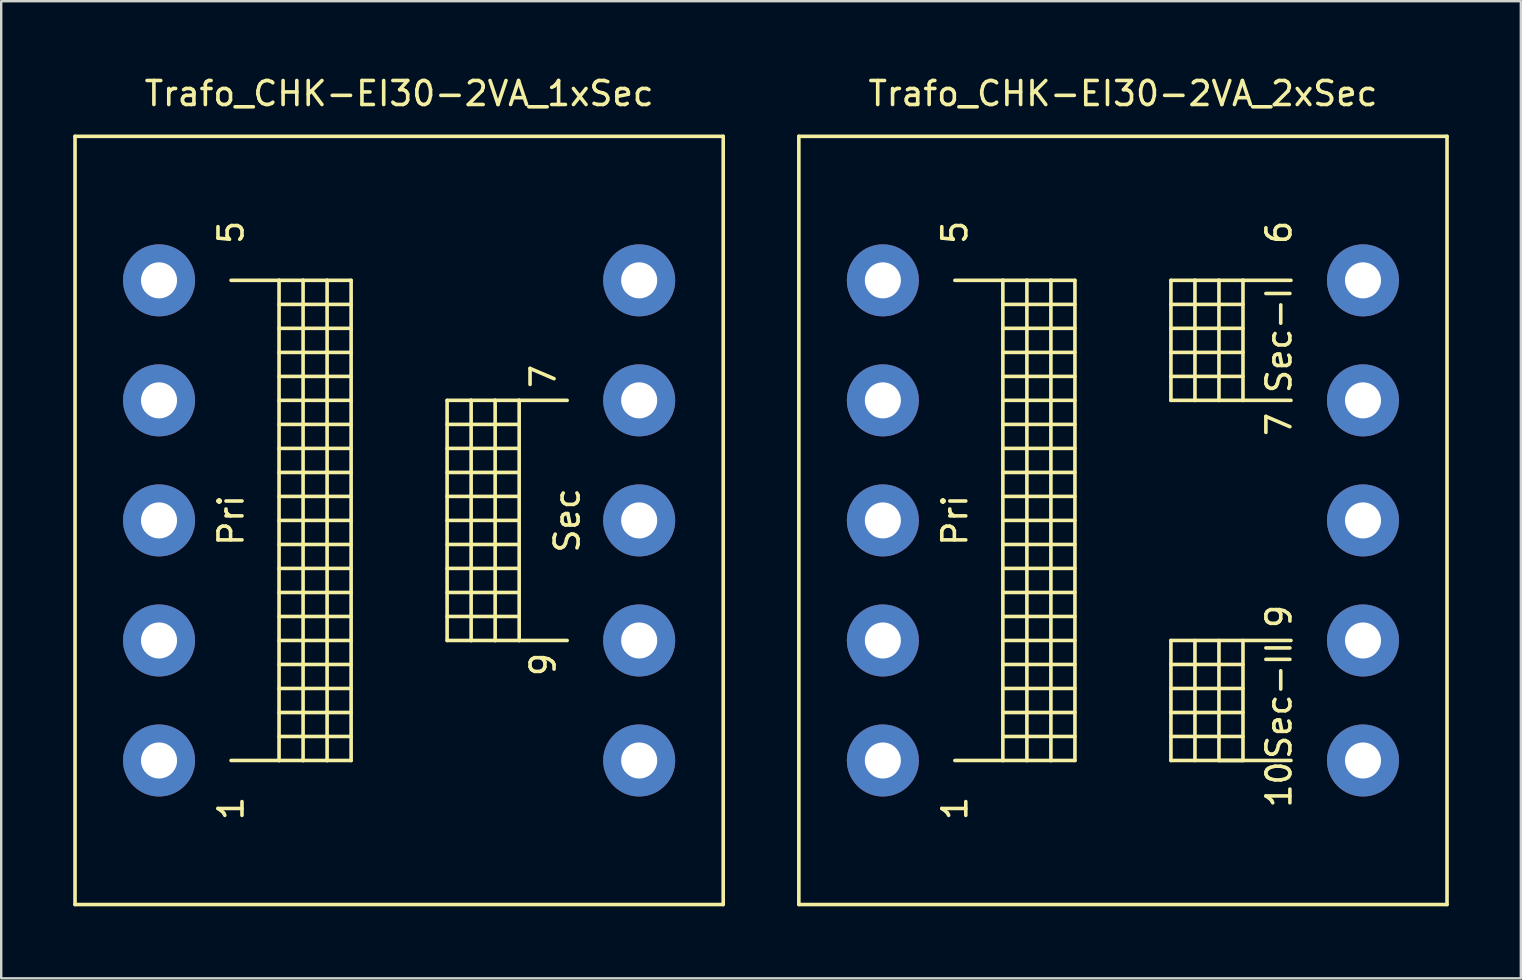
<source format=kicad_pcb>
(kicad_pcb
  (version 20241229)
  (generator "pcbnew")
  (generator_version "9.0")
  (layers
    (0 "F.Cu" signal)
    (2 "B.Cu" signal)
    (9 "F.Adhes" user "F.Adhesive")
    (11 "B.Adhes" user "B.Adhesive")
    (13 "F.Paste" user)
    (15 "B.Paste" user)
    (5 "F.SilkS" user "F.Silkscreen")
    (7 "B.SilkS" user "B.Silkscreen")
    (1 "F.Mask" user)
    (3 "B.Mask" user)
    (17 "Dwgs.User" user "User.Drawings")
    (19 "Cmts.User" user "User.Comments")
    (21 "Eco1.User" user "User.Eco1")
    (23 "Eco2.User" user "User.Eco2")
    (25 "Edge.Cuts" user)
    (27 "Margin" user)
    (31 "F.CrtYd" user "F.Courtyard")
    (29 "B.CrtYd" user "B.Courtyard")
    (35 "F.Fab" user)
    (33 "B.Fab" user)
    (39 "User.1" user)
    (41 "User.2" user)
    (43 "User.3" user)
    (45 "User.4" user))
  (footprint "Trafo_CHK-EI30-2VA_2xSec"
    (layer "F.Cu")
    (at 43.725 18.628)
    (property "Reference" "Trafo_CHK-EI30-2VA_2xSec" (at 0 -17.78 0) (layer "F.SilkS") (effects (font (size 1 1) (thickness 0.15))))
    (attr through_hole)
    (fp_line (start -13.5 -15.999) (end -13.5 15.999) (stroke (width 0.15) (type solid)) (layer "F.SilkS"))
    (fp_line (start -13.5 15.999) (end 13.5 15.999) (stroke (width 0.15) (type solid)) (layer "F.SilkS"))
    (fp_line (start -7 -10) (end -5.001 -10) (stroke (width 0.15) (type solid)) (layer "F.SilkS"))
    (fp_line (start -5.001 -10) (end -5.001 10) (stroke (width 0.15) (type solid)) (layer "F.SilkS"))
    (fp_line (start -5.001 -10) (end -4 -10) (stroke (width 0.15) (type solid)) (layer "F.SilkS"))
    (fp_line (start -5.001 -8.999) (end -1.999 -8.999) (stroke (width 0.15) (type solid)) (layer "F.SilkS"))
    (fp_line (start -5.001 -7) (end -1.999 -7) (stroke (width 0.15) (type solid)) (layer "F.SilkS"))
    (fp_line (start -5.001 -5.001) (end -1.999 -5.001) (stroke (width 0.15) (type solid)) (layer "F.SilkS"))
    (fp_line (start -5.001 -3) (end -1.999 -3) (stroke (width 0.15) (type solid)) (layer "F.SilkS"))
    (fp_line (start -5.001 -1.001) (end -1.999 -1.001) (stroke (width 0.15) (type solid)) (layer "F.SilkS"))
    (fp_line (start -5.001 1.001) (end -1.999 1.001) (stroke (width 0.15) (type solid)) (layer "F.SilkS"))
    (fp_line (start -5.001 3) (end -1.999 3) (stroke (width 0.15) (type solid)) (layer "F.SilkS"))
    (fp_line (start -5.001 5.001) (end -1.999 5.001) (stroke (width 0.15) (type solid)) (layer "F.SilkS"))
    (fp_line (start -5.001 7) (end -1.999 7) (stroke (width 0.15) (type solid)) (layer "F.SilkS"))
    (fp_line (start -5.001 8.999) (end -1.999 8.999) (stroke (width 0.15) (type solid)) (layer "F.SilkS"))
    (fp_line (start -5.001 10) (end -7 10) (stroke (width 0.15) (type solid)) (layer "F.SilkS"))
    (fp_line (start -4 -10) (end -4 10) (stroke (width 0.15) (type solid)) (layer "F.SilkS"))
    (fp_line (start -4 -10) (end -3 -10) (stroke (width 0.15) (type solid)) (layer "F.SilkS"))
    (fp_line (start -4 10) (end -5.001 10) (stroke (width 0.15) (type solid)) (layer "F.SilkS"))
    (fp_line (start -3 -10) (end -3 10) (stroke (width 0.15) (type solid)) (layer "F.SilkS"))
    (fp_line (start -3 -10) (end -1.999 -10) (stroke (width 0.15) (type solid)) (layer "F.SilkS"))
    (fp_line (start -3 10) (end -4 10) (stroke (width 0.15) (type solid)) (layer "F.SilkS"))
    (fp_line (start -1.999 -10) (end -1.999 10) (stroke (width 0.15) (type solid)) (layer "F.SilkS"))
    (fp_line (start -1.999 -8.001) (end -5.001 -8.001) (stroke (width 0.15) (type solid)) (layer "F.SilkS"))
    (fp_line (start -1.999 -5.999) (end -5.001 -5.999) (stroke (width 0.15) (type solid)) (layer "F.SilkS"))
    (fp_line (start -1.999 -4) (end -5.001 -4) (stroke (width 0.15) (type solid)) (layer "F.SilkS"))
    (fp_line (start -1.999 -1.999) (end -5.001 -1.999) (stroke (width 0.15) (type solid)) (layer "F.SilkS"))
    (fp_line (start -1.999 0) (end -5.001 0) (stroke (width 0.15) (type solid)) (layer "F.SilkS"))
    (fp_line (start -1.999 1.999) (end -5.001 1.999) (stroke (width 0.15) (type solid)) (layer "F.SilkS"))
    (fp_line (start -1.999 4) (end -5.001 4) (stroke (width 0.15) (type solid)) (layer "F.SilkS"))
    (fp_line (start -1.999 5.999) (end -5.001 5.999) (stroke (width 0.15) (type solid)) (layer "F.SilkS"))
    (fp_line (start -1.999 8.001) (end -5.001 8.001) (stroke (width 0.15) (type solid)) (layer "F.SilkS"))
    (fp_line (start -1.999 10) (end -3 10) (stroke (width 0.15) (type solid)) (layer "F.SilkS"))
    (fp_line (start 1.999 -10) (end 1.999 -5.001) (stroke (width 0.15) (type solid)) (layer "F.SilkS"))
    (fp_line (start 1.999 -8.999) (end 5.001 -8.999) (stroke (width 0.15) (type solid)) (layer "F.SilkS"))
    (fp_line (start 1.999 -7) (end 5.001 -7) (stroke (width 0.15) (type solid)) (layer "F.SilkS"))
    (fp_line (start 1.999 -5.001) (end 3 -5.001) (stroke (width 0.15) (type solid)) (layer "F.SilkS"))
    (fp_line (start 1.999 5.001) (end 1.999 10) (stroke (width 0.15) (type solid)) (layer "F.SilkS"))
    (fp_line (start 1.999 5.999) (end 5.001 5.999) (stroke (width 0.15) (type solid)) (layer "F.SilkS"))
    (fp_line (start 1.999 8.001) (end 5.001 8.001) (stroke (width 0.15) (type solid)) (layer "F.SilkS"))
    (fp_line (start 1.999 10) (end 7 10) (stroke (width 0.15) (type solid)) (layer "F.SilkS"))
    (fp_line (start 3 -10) (end 1.999 -10) (stroke (width 0.15) (type solid)) (layer "F.SilkS"))
    (fp_line (start 3 -10) (end 3 -5.001) (stroke (width 0.15) (type solid)) (layer "F.SilkS"))
    (fp_line (start 3 -5.001) (end 4 -5.001) (stroke (width 0.15) (type solid)) (layer "F.SilkS"))
    (fp_line (start 3 5.001) (end 3 10) (stroke (width 0.15) (type solid)) (layer "F.SilkS"))
    (fp_line (start 4 -10) (end 3 -10) (stroke (width 0.15) (type solid)) (layer "F.SilkS"))
    (fp_line (start 4 -10) (end 4 -5.001) (stroke (width 0.15) (type solid)) (layer "F.SilkS"))
    (fp_line (start 4 -5.001) (end 5.001 -5.001) (stroke (width 0.15) (type solid)) (layer "F.SilkS"))
    (fp_line (start 4 10) (end 4 5.001) (stroke (width 0.15) (type solid)) (layer "F.SilkS"))
    (fp_line (start 5.001 -10) (end 4 -10) (stroke (width 0.15) (type solid)) (layer "F.SilkS"))
    (fp_line (start 5.001 -10) (end 5.001 -5.001) (stroke (width 0.15) (type solid)) (layer "F.SilkS"))
    (fp_line (start 5.001 -8.001) (end 1.999 -8.001) (stroke (width 0.15) (type solid)) (layer "F.SilkS"))
    (fp_line (start 5.001 -5.999) (end 1.999 -5.999) (stroke (width 0.15) (type solid)) (layer "F.SilkS"))
    (fp_line (start 5.001 -5.001) (end 7 -5.001) (stroke (width 0.15) (type solid)) (layer "F.SilkS"))
    (fp_line (start 5.001 5.001) (end 5.001 10) (stroke (width 0.15) (type solid)) (layer "F.SilkS"))
    (fp_line (start 5.001 7) (end 1.999 7) (stroke (width 0.15) (type solid)) (layer "F.SilkS"))
    (fp_line (start 5.001 8.999) (end 1.999 8.999) (stroke (width 0.15) (type solid)) (layer "F.SilkS"))
    (fp_line (start 5.001 10) (end 4 10) (stroke (width 0.15) (type solid)) (layer "F.SilkS"))
    (fp_line (start 7 -10) (end 5.001 -10) (stroke (width 0.15) (type solid)) (layer "F.SilkS"))
    (fp_line (start 7 5.001) (end 1.999 5.001) (stroke (width 0.15) (type solid)) (layer "F.SilkS"))
    (fp_line (start 13.5 -15.999) (end -13.5 -15.999) (stroke (width 0.15) (type solid)) (layer "F.SilkS"))
    (fp_line (start 13.5 15.999) (end 13.5 -15.999) (stroke (width 0.15) (type solid)) (layer "F.SilkS"))
    (fp_text user "7" (at 6.5 -4 90) (layer "F.SilkS") (effects (font (size 1 1) (thickness 0.15))))
    (fp_text user "5" (at -7 -11.999 90) (layer "F.SilkS") (effects (font (size 1 1) (thickness 0.15))))
    (fp_text user "Pri" (at -7 0 90) (layer "F.SilkS") (effects (font (size 1 1) (thickness 0.15))))
    (fp_text user "10" (at 6.5 11.001 90) (layer "F.SilkS") (effects (font (size 1 1) (thickness 0.15))))
    (fp_text user "Sec-I" (at 6.5 -7.501 90) (layer "F.SilkS") (effects (font (size 1 1) (thickness 0.15))))
    (fp_text user "6" (at 6.5 -11.999 90) (layer "F.SilkS") (effects (font (size 1 1) (thickness 0.15))))
    (fp_text user "9" (at 6.5 4 90) (layer "F.SilkS") (effects (font (size 1 1) (thickness 0.15))))
    (fp_text user "1" (at -7 11.999 90) (layer "F.SilkS") (effects (font (size 1 1) (thickness 0.15))))
    (fp_text user "Sec-II" (at 6.5 7.501 90) (layer "F.SilkS") (effects (font (size 1 1) (thickness 0.15))))
    (pad "1" thru_hole circle (at -10 10) (size 3 3) (drill 1.501) (layers "*.Cu" "*.Mask"))
    (pad "2" thru_hole circle (at -10 5.001) (size 3 3) (drill 1.501) (layers "*.Cu" "*.Mask"))
    (pad "3" thru_hole circle (at -10 0) (size 3 3) (drill 1.501) (layers "*.Cu" "*.Mask"))
    (pad "4" thru_hole circle (at -10 -5.001) (size 3 3) (drill 1.501) (layers "*.Cu" "*.Mask"))
    (pad "5" thru_hole circle (at -10 -10) (size 3 3) (drill 1.501) (layers "*.Cu" "*.Mask"))
    (pad "6" thru_hole circle (at 10 -10) (size 3 3) (drill 1.501) (layers "*.Cu" "*.Mask"))
    (pad "7" thru_hole circle (at 10 -5.001) (size 3 3) (drill 1.501) (layers "*.Cu" "*.Mask"))
    (pad "8" thru_hole circle (at 10 0) (size 3 3) (drill 1.501) (layers "*.Cu" "*.Mask"))
    (pad "9" thru_hole circle (at 10 5.001) (size 3 3) (drill 1.501) (layers "*.Cu" "*.Mask"))
    (pad "10" thru_hole circle (at 10 10) (size 3 3) (drill 1.501) (layers "*.Cu" "*.Mask")))
  (footprint "Trafo_CHK-EI30-2VA_1xSec"
    (layer "F.Cu")
    (at 13.575 18.628)
    (property "Reference" "Trafo_CHK-EI30-2VA_1xSec" (at 0 -17.78 0) (layer "F.SilkS") (effects (font (size 1 1) (thickness 0.15))))
    (attr through_hole)
    (fp_line (start -13.5 -15.999) (end -13.5 15.999) (stroke (width 0.15) (type solid)) (layer "F.SilkS"))
    (fp_line (start -13.5 15.999) (end 13.5 15.999) (stroke (width 0.15) (type solid)) (layer "F.SilkS"))
    (fp_line (start -7 -10) (end -5.001 -10) (stroke (width 0.15) (type solid)) (layer "F.SilkS"))
    (fp_line (start -5.001 -10) (end -5.001 10) (stroke (width 0.15) (type solid)) (layer "F.SilkS"))
    (fp_line (start -5.001 -10) (end -4 -10) (stroke (width 0.15) (type solid)) (layer "F.SilkS"))
    (fp_line (start -5.001 -8.999) (end -1.999 -8.999) (stroke (width 0.15) (type solid)) (layer "F.SilkS"))
    (fp_line (start -5.001 -7) (end -1.999 -7) (stroke (width 0.15) (type solid)) (layer "F.SilkS"))
    (fp_line (start -5.001 -5.001) (end -1.999 -5.001) (stroke (width 0.15) (type solid)) (layer "F.SilkS"))
    (fp_line (start -5.001 -3) (end -1.999 -3) (stroke (width 0.15) (type solid)) (layer "F.SilkS"))
    (fp_line (start -5.001 -1.001) (end -1.999 -1.001) (stroke (width 0.15) (type solid)) (layer "F.SilkS"))
    (fp_line (start -5.001 1.001) (end -1.999 1.001) (stroke (width 0.15) (type solid)) (layer "F.SilkS"))
    (fp_line (start -5.001 3) (end -1.999 3) (stroke (width 0.15) (type solid)) (layer "F.SilkS"))
    (fp_line (start -5.001 5.001) (end -1.999 5.001) (stroke (width 0.15) (type solid)) (layer "F.SilkS"))
    (fp_line (start -5.001 7) (end -1.999 7) (stroke (width 0.15) (type solid)) (layer "F.SilkS"))
    (fp_line (start -5.001 8.999) (end -1.999 8.999) (stroke (width 0.15) (type solid)) (layer "F.SilkS"))
    (fp_line (start -5.001 10) (end -7 10) (stroke (width 0.15) (type solid)) (layer "F.SilkS"))
    (fp_line (start -4 -10) (end -4 10) (stroke (width 0.15) (type solid)) (layer "F.SilkS"))
    (fp_line (start -4 -10) (end -3 -10) (stroke (width 0.15) (type solid)) (layer "F.SilkS"))
    (fp_line (start -4 10) (end -5.001 10) (stroke (width 0.15) (type solid)) (layer "F.SilkS"))
    (fp_line (start -3 -10) (end -3 10) (stroke (width 0.15) (type solid)) (layer "F.SilkS"))
    (fp_line (start -3 -10) (end -1.999 -10) (stroke (width 0.15) (type solid)) (layer "F.SilkS"))
    (fp_line (start -3 10) (end -4 10) (stroke (width 0.15) (type solid)) (layer "F.SilkS"))
    (fp_line (start -1.999 -10) (end -1.999 10) (stroke (width 0.15) (type solid)) (layer "F.SilkS"))
    (fp_line (start -1.999 -8.001) (end -5.001 -8.001) (stroke (width 0.15) (type solid)) (layer "F.SilkS"))
    (fp_line (start -1.999 -5.999) (end -5.001 -5.999) (stroke (width 0.15) (type solid)) (layer "F.SilkS"))
    (fp_line (start -1.999 -4) (end -5.001 -4) (stroke (width 0.15) (type solid)) (layer "F.SilkS"))
    (fp_line (start -1.999 -1.999) (end -5.001 -1.999) (stroke (width 0.15) (type solid)) (layer "F.SilkS"))
    (fp_line (start -1.999 0) (end -5.001 0) (stroke (width 0.15) (type solid)) (layer "F.SilkS"))
    (fp_line (start -1.999 1.999) (end -5.001 1.999) (stroke (width 0.15) (type solid)) (layer "F.SilkS"))
    (fp_line (start -1.999 4) (end -5.001 4) (stroke (width 0.15) (type solid)) (layer "F.SilkS"))
    (fp_line (start -1.999 5.999) (end -5.001 5.999) (stroke (width 0.15) (type solid)) (layer "F.SilkS"))
    (fp_line (start -1.999 8.001) (end -5.001 8.001) (stroke (width 0.15) (type solid)) (layer "F.SilkS"))
    (fp_line (start -1.999 10) (end -3 10) (stroke (width 0.15) (type solid)) (layer "F.SilkS"))
    (fp_line (start 1.999 -5.001) (end 1.999 5.001) (stroke (width 0.15) (type solid)) (layer "F.SilkS"))
    (fp_line (start 1.999 -4) (end 5.001 -4) (stroke (width 0.15) (type solid)) (layer "F.SilkS"))
    (fp_line (start 1.999 -1.999) (end 5.001 -1.999) (stroke (width 0.15) (type solid)) (layer "F.SilkS"))
    (fp_line (start 1.999 0) (end 5.001 0) (stroke (width 0.15) (type solid)) (layer "F.SilkS"))
    (fp_line (start 1.999 1.999) (end 5.001 1.999) (stroke (width 0.15) (type solid)) (layer "F.SilkS"))
    (fp_line (start 1.999 4) (end 5.001 4) (stroke (width 0.15) (type solid)) (layer "F.SilkS"))
    (fp_line (start 1.999 5.001) (end 3 5.001) (stroke (width 0.15) (type solid)) (layer "F.SilkS"))
    (fp_line (start 3 -5.001) (end 1.999 -5.001) (stroke (width 0.15) (type solid)) (layer "F.SilkS"))
    (fp_line (start 3 -5.001) (end 3 5.001) (stroke (width 0.15) (type solid)) (layer "F.SilkS"))
    (fp_line (start 3 5.001) (end 4 5.001) (stroke (width 0.15) (type solid)) (layer "F.SilkS"))
    (fp_line (start 4 -5.001) (end 3 -5.001) (stroke (width 0.15) (type solid)) (layer "F.SilkS"))
    (fp_line (start 4 -5.001) (end 4 5.001) (stroke (width 0.15) (type solid)) (layer "F.SilkS"))
    (fp_line (start 4 5.001) (end 5.001 5.001) (stroke (width 0.15) (type solid)) (layer "F.SilkS"))
    (fp_line (start 5.001 -5.001) (end 4 -5.001) (stroke (width 0.15) (type solid)) (layer "F.SilkS"))
    (fp_line (start 5.001 -5.001) (end 5.001 5.001) (stroke (width 0.15) (type solid)) (layer "F.SilkS"))
    (fp_line (start 5.001 -3) (end 1.999 -3) (stroke (width 0.15) (type solid)) (layer "F.SilkS"))
    (fp_line (start 5.001 -1.001) (end 1.999 -1.001) (stroke (width 0.15) (type solid)) (layer "F.SilkS"))
    (fp_line (start 5.001 1.001) (end 1.999 1.001) (stroke (width 0.15) (type solid)) (layer "F.SilkS"))
    (fp_line (start 5.001 3) (end 1.999 3) (stroke (width 0.15) (type solid)) (layer "F.SilkS"))
    (fp_line (start 5.001 5.001) (end 7 5.001) (stroke (width 0.15) (type solid)) (layer "F.SilkS"))
    (fp_line (start 7 -5.001) (end 5.001 -5.001) (stroke (width 0.15) (type solid)) (layer "F.SilkS"))
    (fp_line (start 13.5 -15.999) (end -13.5 -15.999) (stroke (width 0.15) (type solid)) (layer "F.SilkS"))
    (fp_line (start 13.5 15.999) (end 13.5 -15.999) (stroke (width 0.15) (type solid)) (layer "F.SilkS"))
    (fp_text user "7" (at 5.999 -5.999 90) (layer "F.SilkS") (effects (font (size 1 1) (thickness 0.15))))
    (fp_text user "Sec" (at 7 0 90) (layer "F.SilkS") (effects (font (size 1 1) (thickness 0.15))))
    (fp_text user "1" (at -7 11.999 90) (layer "F.SilkS") (effects (font (size 1 1) (thickness 0.15))))
    (fp_text user "Pri" (at -7 0 90) (layer "F.SilkS") (effects (font (size 1 1) (thickness 0.15))))
    (fp_text user "9" (at 5.999 6.002 90) (layer "F.SilkS") (effects (font (size 1 1) (thickness 0.15))))
    (fp_text user "5" (at -7 -11.999 90) (layer "F.SilkS") (effects (font (size 1 1) (thickness 0.15))))
    (pad "1" thru_hole circle (at -10 10) (size 3 3) (drill 1.501) (layers "*.Cu" "*.Mask"))
    (pad "2" thru_hole circle (at -10 5.001) (size 3 3) (drill 1.501) (layers "*.Cu" "*.Mask"))
    (pad "3" thru_hole circle (at -10 0) (size 3 3) (drill 1.501) (layers "*.Cu" "*.Mask"))
    (pad "4" thru_hole circle (at -10 -5.001) (size 3 3) (drill 1.501) (layers "*.Cu" "*.Mask"))
    (pad "5" thru_hole circle (at -10 -10) (size 3 3) (drill 1.501) (layers "*.Cu" "*.Mask"))
    (pad "6" thru_hole circle (at 10 -10) (size 3 3) (drill 1.501) (layers "*.Cu" "*.Mask"))
    (pad "7" thru_hole circle (at 10 -5.001) (size 3 3) (drill 1.501) (layers "*.Cu" "*.Mask"))
    (pad "8" thru_hole circle (at 10 0) (size 3 3) (drill 1.501) (layers "*.Cu" "*.Mask"))
    (pad "9" thru_hole circle (at 10 5.001) (size 3 3) (drill 1.501) (layers "*.Cu" "*.Mask"))
    (pad "10" thru_hole circle (at 10 10) (size 3 3) (drill 1.501) (layers "*.Cu" "*.Mask")))
  (gr_rect
    (start -3 -3)
    (end 60.3 37.703)
    (stroke (width 0.1) (type default))
    (fill no)
    (layer "Edge.Cuts")))
</source>
